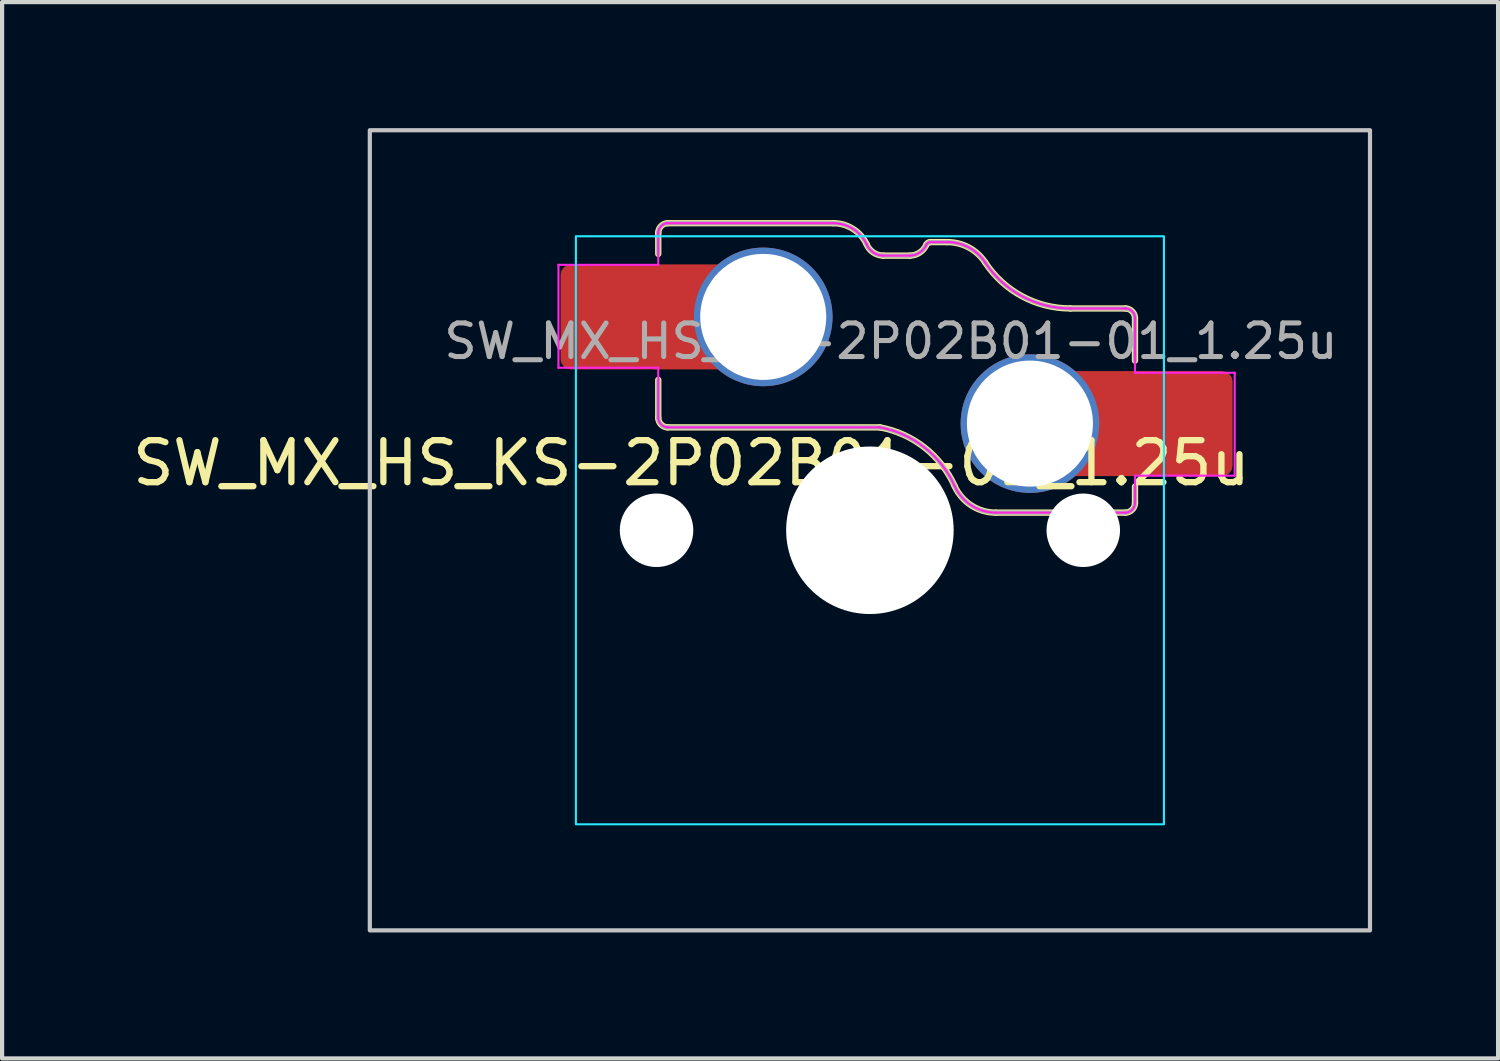
<source format=kicad_pcb>
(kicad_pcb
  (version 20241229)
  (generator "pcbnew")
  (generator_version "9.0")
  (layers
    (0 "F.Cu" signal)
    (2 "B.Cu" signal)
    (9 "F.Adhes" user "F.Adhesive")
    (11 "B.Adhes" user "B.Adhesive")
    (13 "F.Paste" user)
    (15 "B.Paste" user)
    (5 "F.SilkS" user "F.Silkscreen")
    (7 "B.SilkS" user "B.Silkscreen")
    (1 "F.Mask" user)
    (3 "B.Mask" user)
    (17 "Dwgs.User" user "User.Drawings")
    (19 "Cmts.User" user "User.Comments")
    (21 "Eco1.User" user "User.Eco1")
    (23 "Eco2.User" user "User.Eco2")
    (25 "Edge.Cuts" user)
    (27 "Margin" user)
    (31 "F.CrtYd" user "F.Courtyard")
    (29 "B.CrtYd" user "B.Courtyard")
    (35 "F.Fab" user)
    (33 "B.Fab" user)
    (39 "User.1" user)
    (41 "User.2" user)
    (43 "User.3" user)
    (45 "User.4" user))
  (footprint "SW_MX_HS_KS-2P02B01-01_1.25u"
    (layer "F.Cu")
    (at 17.661 9.575)
    (property "Reference" "SW_MX_HS_KS-2P02B01-01_1.25u" (at -4.25 -1.6 0) (layer "F.SilkS") (effects (font (size 1 1) (thickness 0.15))))
    (attr smd)
    (fp_line (start -5.039 -7.086) (end -5.039 -6.58) (stroke (width 0.15) (type solid)) (layer "F.SilkS"))
    (fp_line (start -5.039 -2.675) (end -5.039 -3.58) (stroke (width 0.15) (type solid)) (layer "F.SilkS"))
    (fp_line (start -4.814 -2.45) (end 0.239 -2.45) (stroke (width 0.15) (type solid)) (layer "F.SilkS"))
    (fp_line (start -0.871 -7.311) (end -4.814 -7.311) (stroke (width 0.15) (type solid)) (layer "F.SilkS"))
    (fp_line (start 0.954 -6.539) (end 0.316 -6.539) (stroke (width 0.15) (type solid)) (layer "F.SilkS"))
    (fp_line (start 1.437 -6.861) (end 1.846 -6.861) (stroke (width 0.15) (type solid)) (layer "F.SilkS"))
    (fp_line (start 2.997 -0.42) (end 6.086 -0.42) (stroke (width 0.15) (type solid)) (layer "F.SilkS"))
    (fp_line (start 6.086 -5.281) (end 4.775 -5.281) (stroke (width 0.15) (type solid)) (layer "F.SilkS"))
    (fp_line (start 6.311 -5.056) (end 6.311 -4.04) (stroke (width 0.15) (type solid)) (layer "F.SilkS"))
    (fp_line (start 6.311 -0.645) (end 6.311 -1.04) (stroke (width 0.15) (type solid)) (layer "F.SilkS"))
    (fp_arc (start -0.870659 -7.311006) (mid -0.404802 -7.177082) (end -0.081188 -6.816204) (stroke (width 0.15) (type solid)) (layer "F.SilkS"))
    (fp_arc (start 0.239066 -2.449741) (mid 1.301345 -1.970299) (end 2.018091 -1.051291) (stroke (width 0.15) (type solid)) (layer "F.SilkS"))
    (fp_arc (start 0.316284 -6.539103) (mid 0.075462 -6.617285) (end -0.081188 -6.816204) (stroke (width 0.15) (type solid)) (layer "F.SilkS"))
    (fp_arc (start 1.344869 -6.800882) (mid 1.1877 -6.612605) (end 0.953718 -6.539103) (stroke (width 0.15) (type solid)) (layer "F.SilkS"))
    (fp_arc (start 1.344869 -6.800882) (mid 1.381745 -6.844643) (end 1.436576 -6.861005) (stroke (width 0.15) (type solid)) (layer "F.SilkS"))
    (fp_arc (start 1.845965 -6.860996) (mid 2.356288 -6.732106) (end 2.744226 -6.376372) (stroke (width 0.15) (type solid)) (layer "F.SilkS"))
    (fp_arc (start 2.997274 -0.419747) (mid 2.414853 -0.591219) (end 2.018265 -1.05093) (stroke (width 0.15) (type solid)) (layer "F.SilkS"))
    (fp_arc (start 4.774564 -5.281006) (mid 3.62108 -5.572312) (end 2.744226 -6.376372) (stroke (width 0.15) (type solid)) (layer "F.SilkS"))
    (fp_curve (pts (xy -5.039 -2.675) (xy -5.039 -2.557) (xy -4.932 -2.45) (xy -4.814 -2.45)) (stroke (width 0.15) (type solid)) (layer "F.SilkS"))
    (fp_curve (pts (xy -4.814 -7.311) (xy -4.932 -7.311) (xy -5.039 -7.204) (xy -5.039 -7.086)) (stroke (width 0.15) (type solid)) (layer "F.SilkS"))
    (fp_curve (pts (xy 6.086 -0.42) (xy 6.203 -0.42) (xy 6.311 -0.527) (xy 6.311 -0.645)) (stroke (width 0.15) (type solid)) (layer "F.SilkS"))
    (fp_curve (pts (xy 6.311 -5.056) (xy 6.311 -5.174) (xy 6.203 -5.281) (xy 6.086 -5.281)) (stroke (width 0.15) (type solid)) (layer "F.SilkS"))
    (fp_rect (start -11.906 -9.525) (end 11.906 9.525) (stroke (width 0.1) (type default)) (fill no) (layer "Dwgs.User"))
    (fp_line (start -7 -6.5) (end -7 6.5) (stroke (width 0.05) (type solid)) (layer "Eco2.User"))
    (fp_line (start -6.5 7) (end 6.5 7) (stroke (width 0.05) (type solid)) (layer "Eco2.User"))
    (fp_line (start 6.5 -7) (end -6.5 -7) (stroke (width 0.05) (type solid)) (layer "Eco2.User"))
    (fp_line (start 7 6.5) (end 7 -6.5) (stroke (width 0.05) (type solid)) (layer "Eco2.User"))
    (fp_arc (start -7 -6.5) (mid -6.853553 -6.853553) (end -6.5 -7) (stroke (width 0.05) (type solid)) (layer "Eco2.User"))
    (fp_arc (start -6.497236 6.998884) (mid -6.850789 6.852437) (end -6.997236 6.498884) (stroke (width 0.05) (type solid)) (layer "Eco2.User"))
    (fp_arc (start 6.5 -7) (mid 6.853553 -6.853553) (end 7 -6.5) (stroke (width 0.05) (type solid)) (layer "Eco2.User"))
    (fp_arc (start 7 6.5) (mid 6.853553 6.853553) (end 6.5 7) (stroke (width 0.05) (type solid)) (layer "Eco2.User"))
    (fp_rect (start -7 -7) (end 7 7) (stroke (width 0.05) (type default)) (fill no) (layer "B.CrtYd"))
    (fp_line (start -7.415 -6.32) (end -5.039 -6.32) (stroke (width 0.05) (type solid)) (layer "F.CrtYd"))
    (fp_line (start -7.415 -3.87) (end -7.415 -6.32) (stroke (width 0.05) (type solid)) (layer "F.CrtYd"))
    (fp_line (start -5.039 -7.086) (end -5.039 -6.32) (stroke (width 0.05) (type solid)) (layer "F.CrtYd"))
    (fp_line (start -5.039 -3.87) (end -7.415 -3.87) (stroke (width 0.05) (type solid)) (layer "F.CrtYd"))
    (fp_line (start -5.039 -2.675) (end -5.039 -3.87) (stroke (width 0.05) (type solid)) (layer "F.CrtYd"))
    (fp_line (start -4.814 -2.45) (end 0.239 -2.45) (stroke (width 0.05) (type solid)) (layer "F.CrtYd"))
    (fp_line (start -0.871 -7.311) (end -4.814 -7.311) (stroke (width 0.05) (type solid)) (layer "F.CrtYd"))
    (fp_line (start 0.954 -6.539) (end 0.316 -6.539) (stroke (width 0.05) (type solid)) (layer "F.CrtYd"))
    (fp_line (start 1.437 -6.861) (end 1.846 -6.861) (stroke (width 0.05) (type solid)) (layer "F.CrtYd"))
    (fp_line (start 2.997 -0.42) (end 6.086 -0.42) (stroke (width 0.05) (type solid)) (layer "F.CrtYd"))
    (fp_line (start 6.086 -5.281) (end 4.775 -5.281) (stroke (width 0.05) (type solid)) (layer "F.CrtYd"))
    (fp_line (start 6.311 -5.056) (end 6.311 -3.75) (stroke (width 0.05) (type solid)) (layer "F.CrtYd"))
    (fp_line (start 6.311 -3.75) (end 8.685 -3.75) (stroke (width 0.05) (type solid)) (layer "F.CrtYd"))
    (fp_line (start 6.311 -0.645) (end 6.311 -1.3) (stroke (width 0.05) (type solid)) (layer "F.CrtYd"))
    (fp_line (start 8.685 -3.75) (end 8.685 -1.3) (stroke (width 0.05) (type solid)) (layer "F.CrtYd"))
    (fp_line (start 8.685 -1.3) (end 6.311 -1.3) (stroke (width 0.05) (type solid)) (layer "F.CrtYd"))
    (fp_arc (start -0.870659 -7.311006) (mid -0.404802 -7.177082) (end -0.081188 -6.816204) (stroke (width 0.05) (type solid)) (layer "F.CrtYd"))
    (fp_arc (start 0.239066 -2.449741) (mid 1.301345 -1.970299) (end 2.018091 -1.051291) (stroke (width 0.05) (type solid)) (layer "F.CrtYd"))
    (fp_arc (start 0.316284 -6.539103) (mid 0.075462 -6.617285) (end -0.081188 -6.816204) (stroke (width 0.05) (type solid)) (layer "F.CrtYd"))
    (fp_arc (start 1.344869 -6.800882) (mid 1.1877 -6.612605) (end 0.953718 -6.539103) (stroke (width 0.05) (type solid)) (layer "F.CrtYd"))
    (fp_arc (start 1.344869 -6.800882) (mid 1.381745 -6.844643) (end 1.436576 -6.861005) (stroke (width 0.05) (type solid)) (layer "F.CrtYd"))
    (fp_arc (start 1.845965 -6.860996) (mid 2.356288 -6.732106) (end 2.744226 -6.376372) (stroke (width 0.05) (type solid)) (layer "F.CrtYd"))
    (fp_arc (start 2.997274 -0.419747) (mid 2.414853 -0.591219) (end 2.018265 -1.05093) (stroke (width 0.05) (type solid)) (layer "F.CrtYd"))
    (fp_arc (start 4.774564 -5.281006) (mid 3.62108 -5.572312) (end 2.744226 -6.376372) (stroke (width 0.05) (type solid)) (layer "F.CrtYd"))
    (fp_curve (pts (xy -5.039 -2.675) (xy -5.039 -2.557) (xy -4.932 -2.45) (xy -4.814 -2.45)) (stroke (width 0.05) (type solid)) (layer "F.CrtYd"))
    (fp_curve (pts (xy -4.814 -7.311) (xy -4.932 -7.311) (xy -5.039 -7.204) (xy -5.039 -7.086)) (stroke (width 0.05) (type solid)) (layer "F.CrtYd"))
    (fp_curve (pts (xy 6.086 -0.42) (xy 6.203 -0.42) (xy 6.311 -0.527) (xy 6.311 -0.645)) (stroke (width 0.05) (type solid)) (layer "F.CrtYd"))
    (fp_curve (pts (xy 6.311 -5.056) (xy 6.311 -5.174) (xy 6.203 -5.281) (xy 6.086 -5.281)) (stroke (width 0.05) (type solid)) (layer "F.CrtYd"))
    (fp_line (start -5.039 -7.086) (end -5.039 -6.58) (stroke (width 0.1) (type solid)) (layer "F.Fab"))
    (fp_line (start -5.039 -2.675) (end -5.039 -3.58) (stroke (width 0.1) (type solid)) (layer "F.Fab"))
    (fp_line (start -4.814 -2.45) (end 0.239 -2.45) (stroke (width 0.1) (type solid)) (layer "F.Fab"))
    (fp_line (start -0.871 -7.311) (end -4.814 -7.311) (stroke (width 0.1) (type solid)) (layer "F.Fab"))
    (fp_line (start 0.954 -6.539) (end 0.316 -6.539) (stroke (width 0.1) (type solid)) (layer "F.Fab"))
    (fp_line (start 1.437 -6.861) (end 1.846 -6.861) (stroke (width 0.1) (type solid)) (layer "F.Fab"))
    (fp_line (start 2.997 -0.42) (end 6.086 -0.42) (stroke (width 0.1) (type solid)) (layer "F.Fab"))
    (fp_line (start 6.086 -5.281) (end 4.775 -5.281) (stroke (width 0.1) (type solid)) (layer "F.Fab"))
    (fp_line (start 6.311 -5.056) (end 6.311 -4.04) (stroke (width 0.1) (type solid)) (layer "F.Fab"))
    (fp_line (start 6.311 -0.645) (end 6.311 -1.04) (stroke (width 0.1) (type solid)) (layer "F.Fab"))
    (fp_arc (start -0.870659 -7.311006) (mid -0.404802 -7.177082) (end -0.081188 -6.816204) (stroke (width 0.1) (type solid)) (layer "F.Fab"))
    (fp_arc (start 0.239066 -2.449741) (mid 1.301345 -1.970299) (end 2.018091 -1.051291) (stroke (width 0.1) (type solid)) (layer "F.Fab"))
    (fp_arc (start 0.316284 -6.539103) (mid 0.075462 -6.617285) (end -0.081188 -6.816204) (stroke (width 0.1) (type solid)) (layer "F.Fab"))
    (fp_arc (start 1.344869 -6.800882) (mid 1.1877 -6.612605) (end 0.953718 -6.539103) (stroke (width 0.1) (type solid)) (layer "F.Fab"))
    (fp_arc (start 1.344869 -6.800882) (mid 1.381745 -6.844643) (end 1.436576 -6.861005) (stroke (width 0.1) (type solid)) (layer "F.Fab"))
    (fp_arc (start 1.845965 -6.860996) (mid 2.356288 -6.732106) (end 2.744226 -6.376372) (stroke (width 0.1) (type solid)) (layer "F.Fab"))
    (fp_arc (start 2.997274 -0.419747) (mid 2.414853 -0.591219) (end 2.018265 -1.05093) (stroke (width 0.1) (type solid)) (layer "F.Fab"))
    (fp_arc (start 4.774564 -5.281006) (mid 3.62108 -5.572312) (end 2.744226 -6.376372) (stroke (width 0.1) (type solid)) (layer "F.Fab"))
    (fp_curve (pts (xy -5.039 -2.675) (xy -5.039 -2.557) (xy -4.932 -2.45) (xy -4.814 -2.45)) (stroke (width 0.1) (type solid)) (layer "F.Fab"))
    (fp_curve (pts (xy -4.814 -7.311) (xy -4.932 -7.311) (xy -5.039 -7.204) (xy -5.039 -7.086)) (stroke (width 0.1) (type solid)) (layer "F.Fab"))
    (fp_curve (pts (xy 6.086 -0.42) (xy 6.203 -0.42) (xy 6.311 -0.527) (xy 6.311 -0.645)) (stroke (width 0.1) (type solid)) (layer "F.Fab"))
    (fp_curve (pts (xy 6.311 -5.056) (xy 6.311 -5.174) (xy 6.203 -5.281) (xy 6.086 -5.281)) (stroke (width 0.1) (type solid)) (layer "F.Fab"))
    (fp_text user "${REFERENCE}" (at 0.5 -4.5 0) (layer "F.Fab") (effects (font (size 0.8 0.8) (thickness 0.12))))
    (pad "" np_thru_hole circle (at -5.08 0) (size 1.75 1.75) (drill 1.75) (layers "*.Cu" "*.Mask"))
    (pad "" np_thru_hole circle (at 0 0) (size 3.988 3.988) (drill 3.988) (layers "*.Cu" "*.Mask"))
    (pad "" np_thru_hole circle (at 5.08 0) (size 1.75 1.75) (drill 1.75) (layers "*.Cu" "*.Mask"))
    (pad "1" thru_hole circle (at 3.81 -2.54) (size 3.3 3.3) (drill 3) (layers "*.Cu" "*.Mask"))
    (pad "1" smd rect (at 5.635 -2.54 180) (size 1.65 2.5) (layers "F.Cu"))
    (pad "1" smd roundrect (at 7.36 -2.54) (size 2.55 2.5) (layers "F.Cu" "F.Mask" "F.Paste") (roundrect_rratio 0.1))
    (pad "2" smd roundrect (at -6.09 -5.08) (size 2.55 2.5) (layers "F.Cu" "F.Mask" "F.Paste") (roundrect_rratio 0.1))
    (pad "2" smd rect (at -4.34 -5.08) (size 1.65 2.5) (layers "F.Cu"))
    (pad "2" thru_hole circle (at -2.54 -5.08) (size 3.3 3.3) (drill 3) (layers "*.Cu" "*.Mask")))
  (gr_rect
    (start -3 -3)
    (end 32.617 22.15)
    (stroke (width 0.1) (type default))
    (fill no)
    (layer "Edge.Cuts")))
</source>
